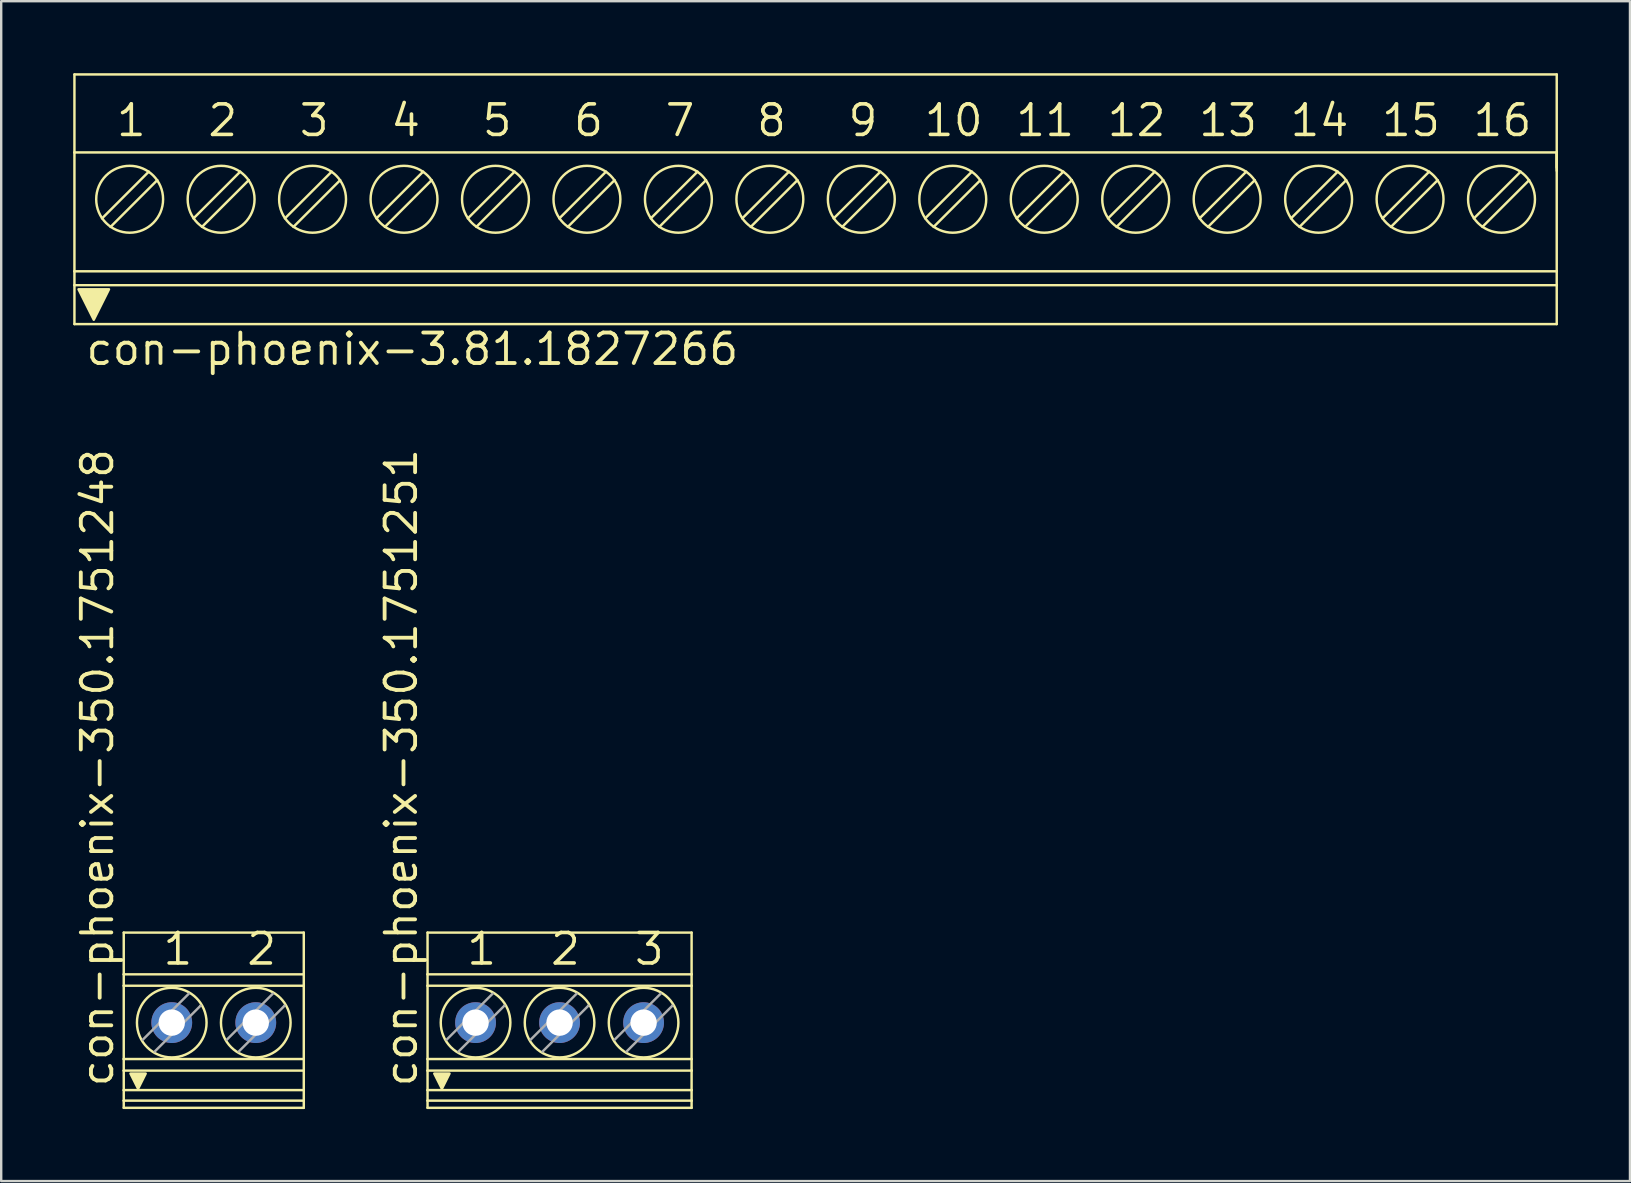
<source format=kicad_pcb>
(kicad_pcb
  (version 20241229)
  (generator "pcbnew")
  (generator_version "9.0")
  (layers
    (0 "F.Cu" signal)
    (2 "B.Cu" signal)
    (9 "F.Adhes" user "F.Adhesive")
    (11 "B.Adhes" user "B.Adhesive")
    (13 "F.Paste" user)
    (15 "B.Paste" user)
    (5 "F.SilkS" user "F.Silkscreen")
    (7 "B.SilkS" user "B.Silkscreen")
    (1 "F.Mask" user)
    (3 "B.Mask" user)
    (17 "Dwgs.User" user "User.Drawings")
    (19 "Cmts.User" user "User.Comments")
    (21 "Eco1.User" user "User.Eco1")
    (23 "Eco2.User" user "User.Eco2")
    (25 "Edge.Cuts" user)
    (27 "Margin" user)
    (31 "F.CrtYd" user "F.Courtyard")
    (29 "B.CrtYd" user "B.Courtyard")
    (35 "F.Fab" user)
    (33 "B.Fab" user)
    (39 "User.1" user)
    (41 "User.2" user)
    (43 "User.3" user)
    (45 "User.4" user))
  (footprint "con-phoenix-350.1751251"
    (layer "F.Cu")
    (at 20.261 39.451)
    (property "Reference" "con-phoenix-350.1751251" (at -5.855 2.857 90) (layer "F.SilkS") (effects (font (size 1.27 1.27) (thickness 0.16)) (justify left bottom)))
    (attr through_hole)
    (fp_line (start -5.5 -3.65) (end -5.5 -1.912) (stroke (width 0.102) (type default)) (layer "F.SilkS"))
    (fp_line (start -5.5 -3.65) (end 5.5 -3.65) (stroke (width 0.102) (type default)) (layer "F.SilkS"))
    (fp_line (start -5.5 -1.912) (end -5.5 -1.437) (stroke (width 0.102) (type default)) (layer "F.SilkS"))
    (fp_line (start -5.5 -1.912) (end 5.5 -1.912) (stroke (width 0.102) (type default)) (layer "F.SilkS"))
    (fp_line (start -5.5 1.616) (end -5.5 -1.437) (stroke (width 0.102) (type default)) (layer "F.SilkS"))
    (fp_line (start -5.5 1.616) (end -5.5 2.099) (stroke (width 0.102) (type default)) (layer "F.SilkS"))
    (fp_line (start -5.5 1.616) (end 5.5 1.616) (stroke (width 0.102) (type default)) (layer "F.SilkS"))
    (fp_line (start -5.5 2.099) (end -5.5 2.911) (stroke (width 0.102) (type default)) (layer "F.SilkS"))
    (fp_line (start -5.5 2.911) (end -5.5 3.35) (stroke (width 0.102) (type default)) (layer "F.SilkS"))
    (fp_line (start -5.5 3.35) (end -5.5 3.65) (stroke (width 0.102) (type default)) (layer "F.SilkS"))
    (fp_line (start -5.5 3.35) (end 5.5 3.35) (stroke (width 0.102) (type default)) (layer "F.SilkS"))
    (fp_line (start -5.5 3.65) (end 5.5 3.65) (stroke (width 0.102) (type default)) (layer "F.SilkS"))
    (fp_line (start -2.294 -0.611) (end -2.3 -0.605) (stroke (width 0.102) (type default)) (layer "F.SilkS"))
    (fp_line (start 1.206 -0.611) (end 1.2 -0.605) (stroke (width 0.102) (type default)) (layer "F.SilkS"))
    (fp_line (start 4.706 -0.611) (end 4.7 -0.605) (stroke (width 0.102) (type default)) (layer "F.SilkS"))
    (fp_line (start 5.5 -3.65) (end 5.5 -1.912) (stroke (width 0.102) (type default)) (layer "F.SilkS"))
    (fp_line (start 5.5 -1.437) (end -5.5 -1.437) (stroke (width 0.102) (type default)) (layer "F.SilkS"))
    (fp_line (start 5.5 -1.437) (end 5.5 -1.912) (stroke (width 0.102) (type default)) (layer "F.SilkS"))
    (fp_line (start 5.5 1.616) (end 5.5 -1.437) (stroke (width 0.102) (type default)) (layer "F.SilkS"))
    (fp_line (start 5.5 1.616) (end 5.5 2.099) (stroke (width 0.102) (type default)) (layer "F.SilkS"))
    (fp_line (start 5.5 2.099) (end -5.5 2.099) (stroke (width 0.102) (type default)) (layer "F.SilkS"))
    (fp_line (start 5.5 2.099) (end 5.5 2.911) (stroke (width 0.102) (type default)) (layer "F.SilkS"))
    (fp_line (start 5.5 2.911) (end -5.5 2.911) (stroke (width 0.102) (type default)) (layer "F.SilkS"))
    (fp_line (start 5.5 2.911) (end 5.5 3.35) (stroke (width 0.102) (type default)) (layer "F.SilkS"))
    (fp_line (start 5.5 3.35) (end 5.5 3.65) (stroke (width 0.102) (type default)) (layer "F.SilkS"))
    (fp_circle (center -3.5 0.1) (end -2.05 0.1) (stroke (width 0.102) (type default)) (fill no) (layer "F.SilkS"))
    (fp_circle (center 0 0.1) (end 1.45 0.1) (stroke (width 0.102) (type default)) (fill no) (layer "F.SilkS"))
    (fp_circle (center 3.5 0.1) (end 4.95 0.1) (stroke (width 0.102) (type default)) (fill no) (layer "F.SilkS"))
    (fp_poly (pts (xy -4.902 2.857) (xy -5.22 2.223) (xy -4.585 2.223)) (stroke (width 0.102) (type default)) (fill yes) (layer "F.SilkS"))
    (fp_line (start -4.706 0.811) (end -2.789 -1.106) (stroke (width 0.102) (type default)) (layer "F.Fab"))
    (fp_line (start -2.3 -0.605) (end -4.211 1.306) (stroke (width 0.102) (type default)) (layer "F.Fab"))
    (fp_line (start -1.206 0.811) (end 0.711 -1.106) (stroke (width 0.102) (type default)) (layer "F.Fab"))
    (fp_line (start 1.2 -0.605) (end -0.711 1.306) (stroke (width 0.102) (type default)) (layer "F.Fab"))
    (fp_line (start 2.294 0.811) (end 4.211 -1.106) (stroke (width 0.102) (type default)) (layer "F.Fab"))
    (fp_line (start 4.7 -0.605) (end 2.789 1.306) (stroke (width 0.102) (type default)) (layer "F.Fab"))
    (fp_text user "1" (at -3.95 -2.223 0) (layer "F.SilkS") (effects (font (size 1.27 1.27) (thickness 0.15)) (justify left bottom)))
    (fp_text user "2" (at -0.458 -2.223 0) (layer "F.SilkS") (effects (font (size 1.27 1.27) (thickness 0.15)) (justify left bottom)))
    (fp_text user "3" (at 3.035 -2.223 0) (layer "F.SilkS") (effects (font (size 1.27 1.27) (thickness 0.15)) (justify left bottom)))
    (pad "1" thru_hole circle (at -3.5 0.1 90) (size 1.7 1.7) (drill 1.1) (layers "*.Cu" "*.Mask"))
    (pad "2" thru_hole circle (at 0 0.1 90) (size 1.7 1.7) (drill 1.1) (layers "*.Cu" "*.Mask"))
    (pad "3" thru_hole circle (at 3.5 0.1 90) (size 1.7 1.7) (drill 1.1) (layers "*.Cu" "*.Mask")))
  (footprint "con-phoenix-3.81.1827266"
    (layer "F.Cu")
    (at 30.926 5.251)
    (property "Reference" "con-phoenix-3.81.1827266" (at -30.48 6.985 0) (layer "F.SilkS") (effects (font (size 1.27 1.27) (thickness 0.16)) (justify left bottom)))
    (fp_line (start -30.875 -5.2) (end -30.875 -1.95) (stroke (width 0.102) (type default)) (layer "F.SilkS"))
    (fp_line (start -30.875 -1.95) (end -30.875 3) (stroke (width 0.102) (type default)) (layer "F.SilkS"))
    (fp_line (start -30.875 3) (end -30.875 3.58) (stroke (width 0.102) (type default)) (layer "F.SilkS"))
    (fp_line (start -30.875 3) (end 30.875 3) (stroke (width 0.102) (type default)) (layer "F.SilkS"))
    (fp_line (start -30.875 3.58) (end -30.875 5.2) (stroke (width 0.102) (type default)) (layer "F.SilkS"))
    (fp_line (start -30.875 3.58) (end 30.875 3.58) (stroke (width 0.102) (type default)) (layer "F.SilkS"))
    (fp_line (start -29.372 1.151) (end -27.424 -0.797) (stroke (width 0.102) (type default)) (layer "F.SilkS"))
    (fp_line (start -27.778 -1.151) (end -29.726 0.797) (stroke (width 0.102) (type default)) (layer "F.SilkS"))
    (fp_line (start -25.562 1.151) (end -23.614 -0.797) (stroke (width 0.102) (type default)) (layer "F.SilkS"))
    (fp_line (start -23.968 -1.151) (end -25.916 0.797) (stroke (width 0.102) (type default)) (layer "F.SilkS"))
    (fp_line (start -21.752 1.151) (end -19.804 -0.797) (stroke (width 0.102) (type default)) (layer "F.SilkS"))
    (fp_line (start -20.158 -1.151) (end -22.106 0.797) (stroke (width 0.102) (type default)) (layer "F.SilkS"))
    (fp_line (start -17.942 1.151) (end -15.994 -0.797) (stroke (width 0.102) (type default)) (layer "F.SilkS"))
    (fp_line (start -16.348 -1.151) (end -18.296 0.797) (stroke (width 0.102) (type default)) (layer "F.SilkS"))
    (fp_line (start -14.132 1.151) (end -12.184 -0.797) (stroke (width 0.102) (type default)) (layer "F.SilkS"))
    (fp_line (start -12.538 -1.151) (end -14.486 0.797) (stroke (width 0.102) (type default)) (layer "F.SilkS"))
    (fp_line (start -10.322 1.151) (end -8.374 -0.797) (stroke (width 0.102) (type default)) (layer "F.SilkS"))
    (fp_line (start -8.728 -1.151) (end -10.676 0.797) (stroke (width 0.102) (type default)) (layer "F.SilkS"))
    (fp_line (start -6.512 1.151) (end -4.564 -0.797) (stroke (width 0.102) (type default)) (layer "F.SilkS"))
    (fp_line (start -4.918 -1.151) (end -6.866 0.797) (stroke (width 0.102) (type default)) (layer "F.SilkS"))
    (fp_line (start -2.702 1.151) (end -0.754 -0.797) (stroke (width 0.102) (type default)) (layer "F.SilkS"))
    (fp_line (start -1.108 -1.151) (end -3.056 0.797) (stroke (width 0.102) (type default)) (layer "F.SilkS"))
    (fp_line (start 1.108 1.151) (end 3.056 -0.797) (stroke (width 0.102) (type default)) (layer "F.SilkS"))
    (fp_line (start 2.702 -1.151) (end 0.754 0.797) (stroke (width 0.102) (type default)) (layer "F.SilkS"))
    (fp_line (start 4.918 1.151) (end 6.866 -0.797) (stroke (width 0.102) (type default)) (layer "F.SilkS"))
    (fp_line (start 6.512 -1.151) (end 4.564 0.797) (stroke (width 0.102) (type default)) (layer "F.SilkS"))
    (fp_line (start 8.728 1.151) (end 10.676 -0.797) (stroke (width 0.102) (type default)) (layer "F.SilkS"))
    (fp_line (start 10.322 -1.151) (end 8.374 0.797) (stroke (width 0.102) (type default)) (layer "F.SilkS"))
    (fp_line (start 12.538 1.151) (end 14.486 -0.797) (stroke (width 0.102) (type default)) (layer "F.SilkS"))
    (fp_line (start 14.132 -1.151) (end 12.184 0.797) (stroke (width 0.102) (type default)) (layer "F.SilkS"))
    (fp_line (start 16.348 1.151) (end 18.296 -0.797) (stroke (width 0.102) (type default)) (layer "F.SilkS"))
    (fp_line (start 17.942 -1.151) (end 15.994 0.797) (stroke (width 0.102) (type default)) (layer "F.SilkS"))
    (fp_line (start 20.158 1.151) (end 22.106 -0.797) (stroke (width 0.102) (type default)) (layer "F.SilkS"))
    (fp_line (start 21.752 -1.151) (end 19.804 0.797) (stroke (width 0.102) (type default)) (layer "F.SilkS"))
    (fp_line (start 23.968 1.151) (end 25.916 -0.797) (stroke (width 0.102) (type default)) (layer "F.SilkS"))
    (fp_line (start 25.562 -1.151) (end 23.614 0.797) (stroke (width 0.102) (type default)) (layer "F.SilkS"))
    (fp_line (start 27.778 1.151) (end 29.726 -0.797) (stroke (width 0.102) (type default)) (layer "F.SilkS"))
    (fp_line (start 29.372 -1.151) (end 27.424 0.797) (stroke (width 0.102) (type default)) (layer "F.SilkS"))
    (fp_line (start 30.875 -5.2) (end -30.875 -5.2) (stroke (width 0.102) (type default)) (layer "F.SilkS"))
    (fp_line (start 30.875 -1.95) (end -30.875 -1.95) (stroke (width 0.102) (type default)) (layer "F.SilkS"))
    (fp_line (start 30.875 -1.95) (end 30.875 -5.2) (stroke (width 0.102) (type default)) (layer "F.SilkS"))
    (fp_line (start 30.875 -1.95) (end 30.875 -1.317) (stroke (width 0.102) (type default)) (layer "F.SilkS"))
    (fp_line (start 30.875 -1.95) (end 30.875 -1.186) (stroke (width 0.102) (type default)) (layer "F.SilkS"))
    (fp_line (start 30.875 3) (end 30.875 -1.95) (stroke (width 0.102) (type default)) (layer "F.SilkS"))
    (fp_line (start 30.875 3) (end 30.875 3.58) (stroke (width 0.102) (type default)) (layer "F.SilkS"))
    (fp_line (start 30.875 3.58) (end 30.875 5.2) (stroke (width 0.102) (type default)) (layer "F.SilkS"))
    (fp_line (start 30.875 5.2) (end -30.875 5.2) (stroke (width 0.102) (type default)) (layer "F.SilkS"))
    (fp_circle (center -28.575 0) (end -27.182 0) (stroke (width 0.102) (type default)) (fill no) (layer "F.SilkS"))
    (fp_circle (center -24.765 0) (end -23.372 0) (stroke (width 0.102) (type default)) (fill no) (layer "F.SilkS"))
    (fp_circle (center -20.955 0) (end -19.562 0) (stroke (width 0.102) (type default)) (fill no) (layer "F.SilkS"))
    (fp_circle (center -17.145 0) (end -15.752 0) (stroke (width 0.102) (type default)) (fill no) (layer "F.SilkS"))
    (fp_circle (center -13.335 0) (end -11.942 0) (stroke (width 0.102) (type default)) (fill no) (layer "F.SilkS"))
    (fp_circle (center -9.525 0) (end -8.132 0) (stroke (width 0.102) (type default)) (fill no) (layer "F.SilkS"))
    (fp_circle (center -5.715 0) (end -4.322 0) (stroke (width 0.102) (type default)) (fill no) (layer "F.SilkS"))
    (fp_circle (center -1.905 0) (end -0.512 0) (stroke (width 0.102) (type default)) (fill no) (layer "F.SilkS"))
    (fp_circle (center 1.905 0) (end 3.298 0) (stroke (width 0.102) (type default)) (fill no) (layer "F.SilkS"))
    (fp_circle (center 5.715 0) (end 7.108 0) (stroke (width 0.102) (type default)) (fill no) (layer "F.SilkS"))
    (fp_circle (center 9.525 0) (end 10.918 0) (stroke (width 0.102) (type default)) (fill no) (layer "F.SilkS"))
    (fp_circle (center 13.335 0) (end 14.728 0) (stroke (width 0.102) (type default)) (fill no) (layer "F.SilkS"))
    (fp_circle (center 17.145 0) (end 18.538 0) (stroke (width 0.102) (type default)) (fill no) (layer "F.SilkS"))
    (fp_circle (center 20.955 0) (end 22.348 0) (stroke (width 0.102) (type default)) (fill no) (layer "F.SilkS"))
    (fp_circle (center 24.765 0) (end 26.158 0) (stroke (width 0.102) (type default)) (fill no) (layer "F.SilkS"))
    (fp_circle (center 28.575 0) (end 29.968 0) (stroke (width 0.102) (type default)) (fill no) (layer "F.SilkS"))
    (fp_poly (pts (xy -30.07 5.02) (xy -30.705 3.75) (xy -29.435 3.75)) (stroke (width 0.102) (type default)) (fill yes) (layer "F.SilkS"))
    (fp_text user "10" (at 4.445 -2.54 0) (layer "F.SilkS") (effects (font (size 1.27 1.27) (thickness 0.15)) (justify left bottom)))
    (fp_text user "13" (at 15.875 -2.54 0) (layer "F.SilkS") (effects (font (size 1.27 1.27) (thickness 0.15)) (justify left bottom)))
    (fp_text user "3" (at -21.59 -2.54 0) (layer "F.SilkS") (effects (font (size 1.27 1.27) (thickness 0.15)) (justify left bottom)))
    (fp_text user "8" (at -2.54 -2.54 0) (layer "F.SilkS") (effects (font (size 1.27 1.27) (thickness 0.15)) (justify left bottom)))
    (fp_text user "15" (at 23.495 -2.54 0) (layer "F.SilkS") (effects (font (size 1.27 1.27) (thickness 0.15)) (justify left bottom)))
    (fp_text user "16" (at 27.305 -2.54 0) (layer "F.SilkS") (effects (font (size 1.27 1.27) (thickness 0.15)) (justify left bottom)))
    (fp_text user "11" (at 8.255 -2.54 0) (layer "F.SilkS") (effects (font (size 1.27 1.27) (thickness 0.15)) (justify left bottom)))
    (fp_text user "14" (at 19.685 -2.54 0) (layer "F.SilkS") (effects (font (size 1.27 1.27) (thickness 0.15)) (justify left bottom)))
    (fp_text user "6" (at -10.16 -2.54 0) (layer "F.SilkS") (effects (font (size 1.27 1.27) (thickness 0.15)) (justify left bottom)))
    (fp_text user "5" (at -13.97 -2.54 0) (layer "F.SilkS") (effects (font (size 1.27 1.27) (thickness 0.15)) (justify left bottom)))
    (fp_text user "2" (at -25.4 -2.54 0) (layer "F.SilkS") (effects (font (size 1.27 1.27) (thickness 0.15)) (justify left bottom)))
    (fp_text user "4" (at -17.78 -2.54 0) (layer "F.SilkS") (effects (font (size 1.27 1.27) (thickness 0.15)) (justify left bottom)))
    (fp_text user "1" (at -29.21 -2.54 0) (layer "F.SilkS") (effects (font (size 1.27 1.27) (thickness 0.15)) (justify left bottom)))
    (fp_text user "9" (at 1.27 -2.54 0) (layer "F.SilkS") (effects (font (size 1.27 1.27) (thickness 0.15)) (justify left bottom)))
    (fp_text user "7" (at -6.35 -2.54 0) (layer "F.SilkS") (effects (font (size 1.27 1.27) (thickness 0.15)) (justify left bottom)))
    (fp_text user "12" (at 12.065 -2.54 0) (layer "F.SilkS") (effects (font (size 1.27 1.27) (thickness 0.15)) (justify left bottom))))
  (footprint "con-phoenix-350.1751248"
    (layer "F.Cu")
    (at 5.855 39.451)
    (property "Reference" "con-phoenix-350.1751248" (at -4.105 2.857 90) (layer "F.SilkS") (effects (font (size 1.27 1.27) (thickness 0.16)) (justify left bottom)))
    (attr through_hole)
    (fp_line (start -3.75 -3.65) (end -3.75 -1.912) (stroke (width 0.102) (type default)) (layer "F.SilkS"))
    (fp_line (start -3.75 -3.65) (end 3.75 -3.65) (stroke (width 0.102) (type default)) (layer "F.SilkS"))
    (fp_line (start -3.75 -1.912) (end -3.75 -1.437) (stroke (width 0.102) (type default)) (layer "F.SilkS"))
    (fp_line (start -3.75 -1.912) (end 3.75 -1.912) (stroke (width 0.102) (type default)) (layer "F.SilkS"))
    (fp_line (start -3.75 1.616) (end -3.75 -1.437) (stroke (width 0.102) (type default)) (layer "F.SilkS"))
    (fp_line (start -3.75 1.616) (end -3.75 2.099) (stroke (width 0.102) (type default)) (layer "F.SilkS"))
    (fp_line (start -3.75 1.616) (end 3.75 1.616) (stroke (width 0.102) (type default)) (layer "F.SilkS"))
    (fp_line (start -3.75 2.099) (end -3.75 2.911) (stroke (width 0.102) (type default)) (layer "F.SilkS"))
    (fp_line (start -3.75 2.911) (end -3.75 3.35) (stroke (width 0.102) (type default)) (layer "F.SilkS"))
    (fp_line (start -3.75 3.35) (end -3.75 3.65) (stroke (width 0.102) (type default)) (layer "F.SilkS"))
    (fp_line (start -3.75 3.35) (end 3.75 3.35) (stroke (width 0.102) (type default)) (layer "F.SilkS"))
    (fp_line (start -3.75 3.65) (end 3.75 3.65) (stroke (width 0.102) (type default)) (layer "F.SilkS"))
    (fp_line (start -0.544 -0.611) (end -0.55 -0.605) (stroke (width 0.102) (type default)) (layer "F.SilkS"))
    (fp_line (start 2.956 -0.611) (end 2.95 -0.605) (stroke (width 0.102) (type default)) (layer "F.SilkS"))
    (fp_line (start 3.75 -3.65) (end 3.75 -1.912) (stroke (width 0.102) (type default)) (layer "F.SilkS"))
    (fp_line (start 3.75 -1.437) (end -3.75 -1.437) (stroke (width 0.102) (type default)) (layer "F.SilkS"))
    (fp_line (start 3.75 -1.437) (end 3.75 -1.912) (stroke (width 0.102) (type default)) (layer "F.SilkS"))
    (fp_line (start 3.75 1.616) (end 3.75 -1.437) (stroke (width 0.102) (type default)) (layer "F.SilkS"))
    (fp_line (start 3.75 1.616) (end 3.75 2.099) (stroke (width 0.102) (type default)) (layer "F.SilkS"))
    (fp_line (start 3.75 2.099) (end -3.75 2.099) (stroke (width 0.102) (type default)) (layer "F.SilkS"))
    (fp_line (start 3.75 2.099) (end 3.75 2.911) (stroke (width 0.102) (type default)) (layer "F.SilkS"))
    (fp_line (start 3.75 2.911) (end -3.75 2.911) (stroke (width 0.102) (type default)) (layer "F.SilkS"))
    (fp_line (start 3.75 2.911) (end 3.75 3.35) (stroke (width 0.102) (type default)) (layer "F.SilkS"))
    (fp_line (start 3.75 3.35) (end 3.75 3.65) (stroke (width 0.102) (type default)) (layer "F.SilkS"))
    (fp_circle (center -1.75 0.1) (end -0.3 0.1) (stroke (width 0.102) (type default)) (fill no) (layer "F.SilkS"))
    (fp_circle (center 1.75 0.1) (end 3.2 0.1) (stroke (width 0.102) (type default)) (fill no) (layer "F.SilkS"))
    (fp_poly (pts (xy -3.152 2.857) (xy -3.47 2.223) (xy -2.835 2.223)) (stroke (width 0.102) (type default)) (fill yes) (layer "F.SilkS"))
    (fp_line (start -2.956 0.811) (end -1.039 -1.106) (stroke (width 0.102) (type default)) (layer "F.Fab"))
    (fp_line (start -0.55 -0.605) (end -2.461 1.306) (stroke (width 0.102) (type default)) (layer "F.Fab"))
    (fp_line (start 0.544 0.811) (end 2.461 -1.106) (stroke (width 0.102) (type default)) (layer "F.Fab"))
    (fp_line (start 2.95 -0.605) (end 1.039 1.306) (stroke (width 0.102) (type default)) (layer "F.Fab"))
    (fp_text user "2" (at 1.292 -2.223 0) (layer "F.SilkS") (effects (font (size 1.27 1.27) (thickness 0.15)) (justify left bottom)))
    (fp_text user "1" (at -2.2 -2.223 0) (layer "F.SilkS") (effects (font (size 1.27 1.27) (thickness 0.15)) (justify left bottom)))
    (pad "1" thru_hole circle (at -1.75 0.1 90) (size 1.7 1.7) (drill 1.1) (layers "*.Cu" "*.Mask"))
    (pad "2" thru_hole circle (at 1.75 0.1 90) (size 1.7 1.7) (drill 1.1) (layers "*.Cu" "*.Mask")))
  (gr_rect
    (start -3 -3)
    (end 64.852 46.152)
    (stroke (width 0.1) (type default))
    (fill no)
    (layer "Edge.Cuts")))
</source>
